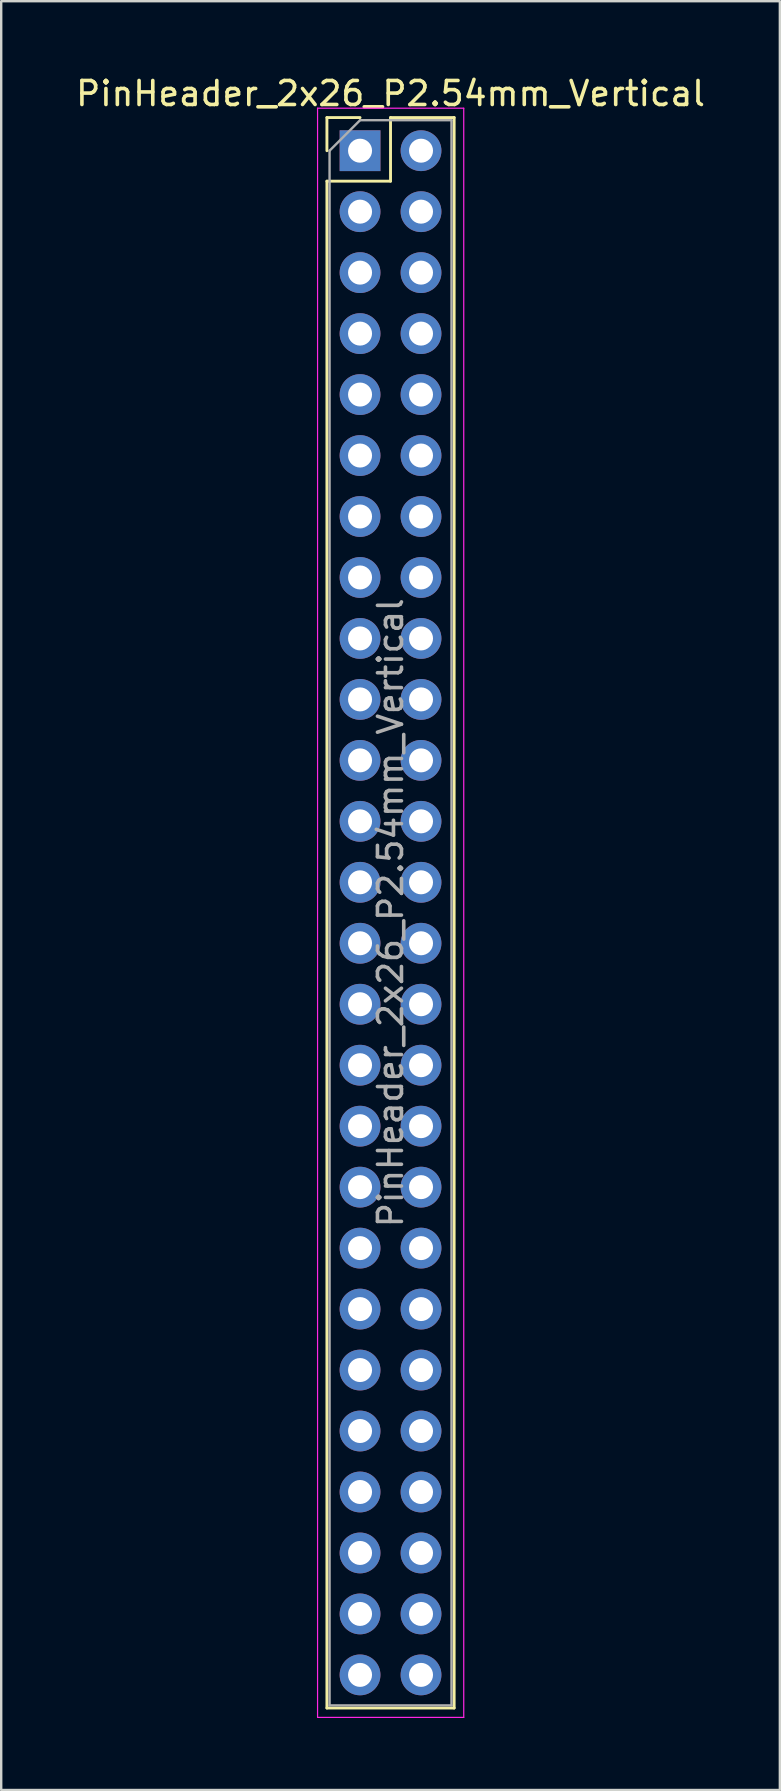
<source format=kicad_pcb>
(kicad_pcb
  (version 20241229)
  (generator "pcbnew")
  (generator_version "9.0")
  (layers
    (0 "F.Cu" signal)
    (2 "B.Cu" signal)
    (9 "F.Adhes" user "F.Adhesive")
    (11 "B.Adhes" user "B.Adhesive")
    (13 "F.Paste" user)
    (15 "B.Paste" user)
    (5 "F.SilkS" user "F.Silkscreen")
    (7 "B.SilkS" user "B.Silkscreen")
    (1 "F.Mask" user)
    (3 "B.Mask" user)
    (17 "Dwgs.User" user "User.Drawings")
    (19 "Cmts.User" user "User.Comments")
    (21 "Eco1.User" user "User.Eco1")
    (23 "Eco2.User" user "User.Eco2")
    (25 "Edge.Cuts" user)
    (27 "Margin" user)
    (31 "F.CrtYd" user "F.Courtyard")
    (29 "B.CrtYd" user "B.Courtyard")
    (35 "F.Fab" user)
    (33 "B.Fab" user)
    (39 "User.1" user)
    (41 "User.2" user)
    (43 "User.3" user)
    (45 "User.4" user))
  (footprint "PinHeader_2x26_P2.54mm_Vertical"
    (layer "F.Cu")
    (at 11.95 3.228)
    (property "Reference" "PinHeader_2x26_P2.54mm_Vertical" (at 1.27 -2.38 0) (layer "F.SilkS") (effects (font (size 1 1) (thickness 0.15))))
    (attr through_hole)
    (fp_line (start -1.38 -1.38) (end 0 -1.38) (stroke (width 0.12) (type solid)) (layer "F.SilkS"))
    (fp_line (start -1.38 0) (end -1.38 -1.38) (stroke (width 0.12) (type solid)) (layer "F.SilkS"))
    (fp_line (start -1.38 1.27) (end -1.38 64.88) (stroke (width 0.12) (type solid)) (layer "F.SilkS"))
    (fp_line (start -1.38 1.27) (end 1.27 1.27) (stroke (width 0.12) (type solid)) (layer "F.SilkS"))
    (fp_line (start -1.38 64.88) (end 3.92 64.88) (stroke (width 0.12) (type solid)) (layer "F.SilkS"))
    (fp_line (start 1.27 -1.38) (end 3.92 -1.38) (stroke (width 0.12) (type solid)) (layer "F.SilkS"))
    (fp_line (start 1.27 1.27) (end 1.27 -1.38) (stroke (width 0.12) (type solid)) (layer "F.SilkS"))
    (fp_line (start 3.92 -1.38) (end 3.92 64.88) (stroke (width 0.12) (type solid)) (layer "F.SilkS"))
    (fp_line (start -1.77 -1.77) (end -1.77 65.27) (stroke (width 0.05) (type solid)) (layer "F.CrtYd"))
    (fp_line (start -1.77 65.27) (end 4.32 65.27) (stroke (width 0.05) (type solid)) (layer "F.CrtYd"))
    (fp_line (start 4.32 -1.77) (end -1.77 -1.77) (stroke (width 0.05) (type solid)) (layer "F.CrtYd"))
    (fp_line (start 4.32 65.27) (end 4.32 -1.77) (stroke (width 0.05) (type solid)) (layer "F.CrtYd"))
    (fp_line (start -1.27 0) (end 0 -1.27) (stroke (width 0.1) (type solid)) (layer "F.Fab"))
    (fp_line (start -1.27 64.77) (end -1.27 0) (stroke (width 0.1) (type solid)) (layer "F.Fab"))
    (fp_line (start 0 -1.27) (end 3.81 -1.27) (stroke (width 0.1) (type solid)) (layer "F.Fab"))
    (fp_line (start 3.81 -1.27) (end 3.81 64.77) (stroke (width 0.1) (type solid)) (layer "F.Fab"))
    (fp_line (start 3.81 64.77) (end -1.27 64.77) (stroke (width 0.1) (type solid)) (layer "F.Fab"))
    (fp_text user "${REFERENCE}" (at 1.27 31.75 90) (layer "F.Fab") (effects (font (size 1 1) (thickness 0.15))))
    (pad "1" thru_hole rect (at 0 0) (size 1.7 1.7) (drill 1) (layers "*.Cu" "*.Mask"))
    (pad "2" thru_hole circle (at 2.54 0) (size 1.7 1.7) (drill 1) (layers "*.Cu" "*.Mask"))
    (pad "3" thru_hole circle (at 0 2.54) (size 1.7 1.7) (drill 1) (layers "*.Cu" "*.Mask"))
    (pad "4" thru_hole circle (at 2.54 2.54) (size 1.7 1.7) (drill 1) (layers "*.Cu" "*.Mask"))
    (pad "5" thru_hole circle (at 0 5.08) (size 1.7 1.7) (drill 1) (layers "*.Cu" "*.Mask"))
    (pad "6" thru_hole circle (at 2.54 5.08) (size 1.7 1.7) (drill 1) (layers "*.Cu" "*.Mask"))
    (pad "7" thru_hole circle (at 0 7.62) (size 1.7 1.7) (drill 1) (layers "*.Cu" "*.Mask"))
    (pad "8" thru_hole circle (at 2.54 7.62) (size 1.7 1.7) (drill 1) (layers "*.Cu" "*.Mask"))
    (pad "9" thru_hole circle (at 0 10.16) (size 1.7 1.7) (drill 1) (layers "*.Cu" "*.Mask"))
    (pad "10" thru_hole circle (at 2.54 10.16) (size 1.7 1.7) (drill 1) (layers "*.Cu" "*.Mask"))
    (pad "11" thru_hole circle (at 0 12.7) (size 1.7 1.7) (drill 1) (layers "*.Cu" "*.Mask"))
    (pad "12" thru_hole circle (at 2.54 12.7) (size 1.7 1.7) (drill 1) (layers "*.Cu" "*.Mask"))
    (pad "13" thru_hole circle (at 0 15.24) (size 1.7 1.7) (drill 1) (layers "*.Cu" "*.Mask"))
    (pad "14" thru_hole circle (at 2.54 15.24) (size 1.7 1.7) (drill 1) (layers "*.Cu" "*.Mask"))
    (pad "15" thru_hole circle (at 0 17.78) (size 1.7 1.7) (drill 1) (layers "*.Cu" "*.Mask"))
    (pad "16" thru_hole circle (at 2.54 17.78) (size 1.7 1.7) (drill 1) (layers "*.Cu" "*.Mask"))
    (pad "17" thru_hole circle (at 0 20.32) (size 1.7 1.7) (drill 1) (layers "*.Cu" "*.Mask"))
    (pad "18" thru_hole circle (at 2.54 20.32) (size 1.7 1.7) (drill 1) (layers "*.Cu" "*.Mask"))
    (pad "19" thru_hole circle (at 0 22.86) (size 1.7 1.7) (drill 1) (layers "*.Cu" "*.Mask"))
    (pad "20" thru_hole circle (at 2.54 22.86) (size 1.7 1.7) (drill 1) (layers "*.Cu" "*.Mask"))
    (pad "21" thru_hole circle (at 0 25.4) (size 1.7 1.7) (drill 1) (layers "*.Cu" "*.Mask"))
    (pad "22" thru_hole circle (at 2.54 25.4) (size 1.7 1.7) (drill 1) (layers "*.Cu" "*.Mask"))
    (pad "23" thru_hole circle (at 0 27.94) (size 1.7 1.7) (drill 1) (layers "*.Cu" "*.Mask"))
    (pad "24" thru_hole circle (at 2.54 27.94) (size 1.7 1.7) (drill 1) (layers "*.Cu" "*.Mask"))
    (pad "25" thru_hole circle (at 0 30.48) (size 1.7 1.7) (drill 1) (layers "*.Cu" "*.Mask"))
    (pad "26" thru_hole circle (at 2.54 30.48) (size 1.7 1.7) (drill 1) (layers "*.Cu" "*.Mask"))
    (pad "27" thru_hole circle (at 0 33.02) (size 1.7 1.7) (drill 1) (layers "*.Cu" "*.Mask"))
    (pad "28" thru_hole circle (at 2.54 33.02) (size 1.7 1.7) (drill 1) (layers "*.Cu" "*.Mask"))
    (pad "29" thru_hole circle (at 0 35.56) (size 1.7 1.7) (drill 1) (layers "*.Cu" "*.Mask"))
    (pad "30" thru_hole circle (at 2.54 35.56) (size 1.7 1.7) (drill 1) (layers "*.Cu" "*.Mask"))
    (pad "31" thru_hole circle (at 0 38.1) (size 1.7 1.7) (drill 1) (layers "*.Cu" "*.Mask"))
    (pad "32" thru_hole circle (at 2.54 38.1) (size 1.7 1.7) (drill 1) (layers "*.Cu" "*.Mask"))
    (pad "33" thru_hole circle (at 0 40.64) (size 1.7 1.7) (drill 1) (layers "*.Cu" "*.Mask"))
    (pad "34" thru_hole circle (at 2.54 40.64) (size 1.7 1.7) (drill 1) (layers "*.Cu" "*.Mask"))
    (pad "35" thru_hole circle (at 0 43.18) (size 1.7 1.7) (drill 1) (layers "*.Cu" "*.Mask"))
    (pad "36" thru_hole circle (at 2.54 43.18) (size 1.7 1.7) (drill 1) (layers "*.Cu" "*.Mask"))
    (pad "37" thru_hole circle (at 0 45.72) (size 1.7 1.7) (drill 1) (layers "*.Cu" "*.Mask"))
    (pad "38" thru_hole circle (at 2.54 45.72) (size 1.7 1.7) (drill 1) (layers "*.Cu" "*.Mask"))
    (pad "39" thru_hole circle (at 0 48.26) (size 1.7 1.7) (drill 1) (layers "*.Cu" "*.Mask"))
    (pad "40" thru_hole circle (at 2.54 48.26) (size 1.7 1.7) (drill 1) (layers "*.Cu" "*.Mask"))
    (pad "41" thru_hole circle (at 0 50.8) (size 1.7 1.7) (drill 1) (layers "*.Cu" "*.Mask"))
    (pad "42" thru_hole circle (at 2.54 50.8) (size 1.7 1.7) (drill 1) (layers "*.Cu" "*.Mask"))
    (pad "43" thru_hole circle (at 0 53.34) (size 1.7 1.7) (drill 1) (layers "*.Cu" "*.Mask"))
    (pad "44" thru_hole circle (at 2.54 53.34) (size 1.7 1.7) (drill 1) (layers "*.Cu" "*.Mask"))
    (pad "45" thru_hole circle (at 0 55.88) (size 1.7 1.7) (drill 1) (layers "*.Cu" "*.Mask"))
    (pad "46" thru_hole circle (at 2.54 55.88) (size 1.7 1.7) (drill 1) (layers "*.Cu" "*.Mask"))
    (pad "47" thru_hole circle (at 0 58.42) (size 1.7 1.7) (drill 1) (layers "*.Cu" "*.Mask"))
    (pad "48" thru_hole circle (at 2.54 58.42) (size 1.7 1.7) (drill 1) (layers "*.Cu" "*.Mask"))
    (pad "49" thru_hole circle (at 0 60.96) (size 1.7 1.7) (drill 1) (layers "*.Cu" "*.Mask"))
    (pad "50" thru_hole circle (at 2.54 60.96) (size 1.7 1.7) (drill 1) (layers "*.Cu" "*.Mask"))
    (pad "51" thru_hole circle (at 0 63.5) (size 1.7 1.7) (drill 1) (layers "*.Cu" "*.Mask"))
    (pad "52" thru_hole circle (at 2.54 63.5) (size 1.7 1.7) (drill 1) (layers "*.Cu" "*.Mask")))
  (gr_rect
    (start -3 -3)
    (end 29.44 71.523)
    (stroke (width 0.1) (type default))
    (fill no)
    (layer "Edge.Cuts")))
</source>
